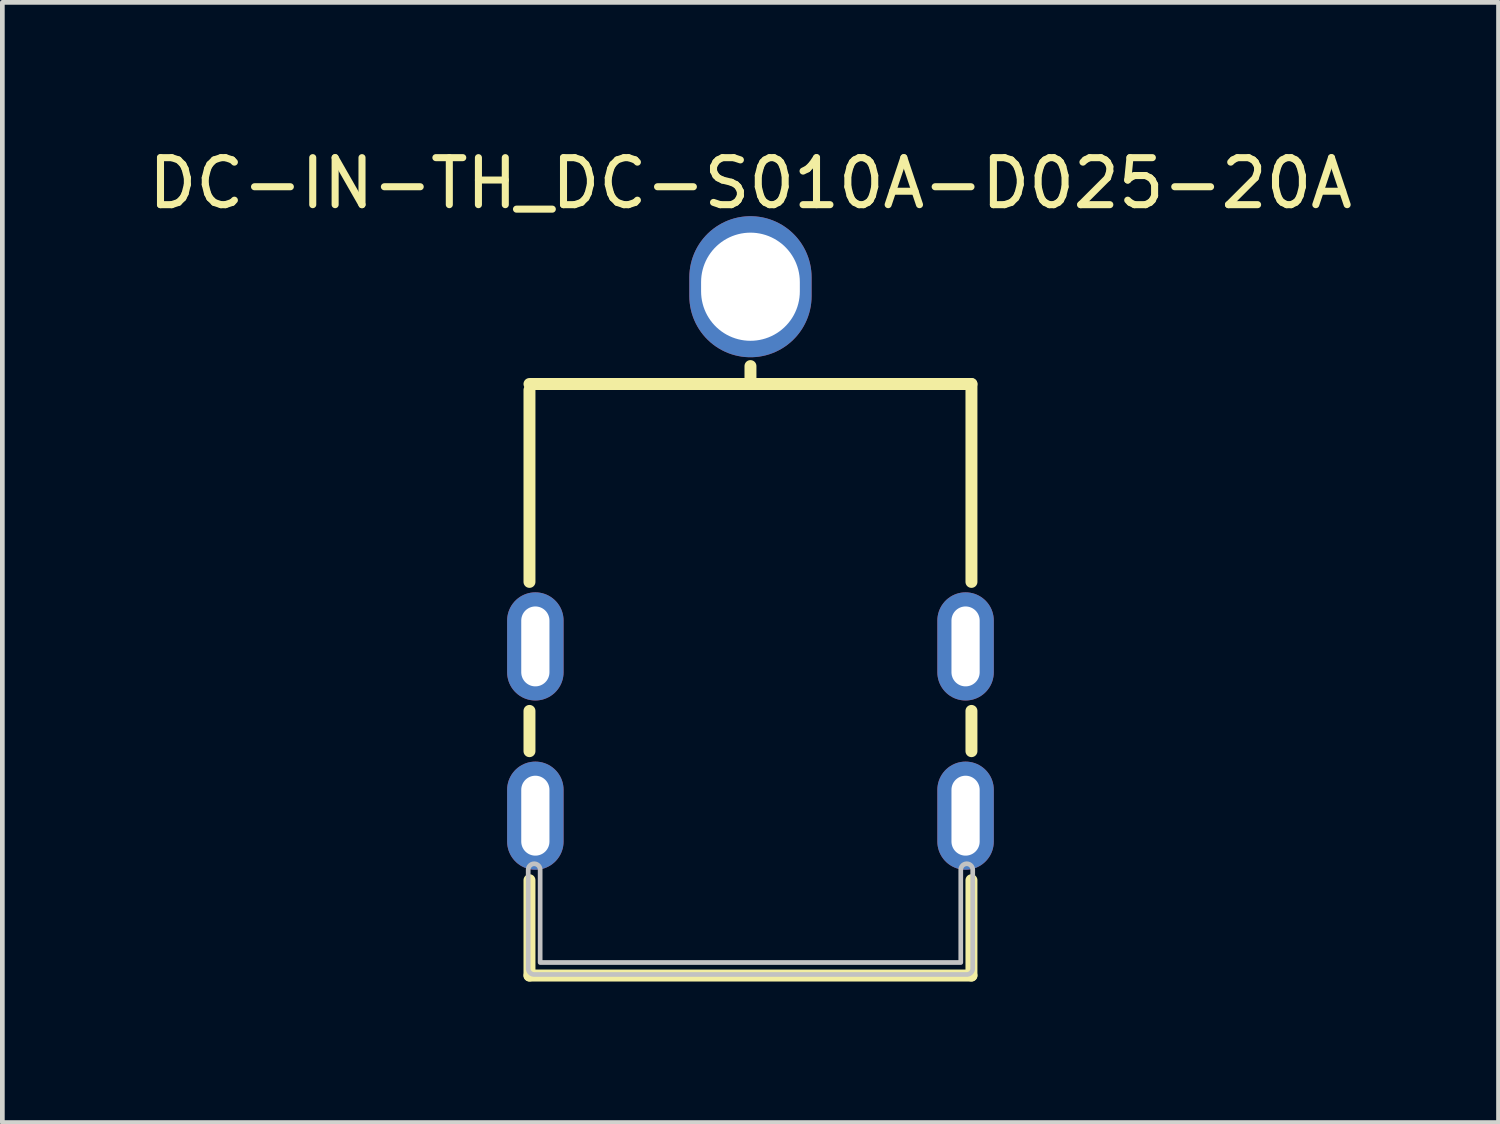
<source format=kicad_pcb>
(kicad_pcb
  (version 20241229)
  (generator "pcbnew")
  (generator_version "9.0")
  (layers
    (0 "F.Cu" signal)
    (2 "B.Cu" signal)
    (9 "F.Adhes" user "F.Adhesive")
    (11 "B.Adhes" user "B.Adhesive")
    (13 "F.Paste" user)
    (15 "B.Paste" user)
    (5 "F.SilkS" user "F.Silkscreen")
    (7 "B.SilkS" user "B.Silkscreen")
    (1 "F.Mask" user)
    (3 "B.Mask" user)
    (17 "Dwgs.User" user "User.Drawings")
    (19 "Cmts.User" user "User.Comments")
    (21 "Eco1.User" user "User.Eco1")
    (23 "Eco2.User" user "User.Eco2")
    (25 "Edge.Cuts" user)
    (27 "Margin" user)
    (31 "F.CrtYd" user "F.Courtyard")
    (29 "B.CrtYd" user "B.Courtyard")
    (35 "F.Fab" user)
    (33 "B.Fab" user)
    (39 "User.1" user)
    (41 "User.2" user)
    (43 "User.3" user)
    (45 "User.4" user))
  (footprint "DC-IN-TH_DC-S010A-D025-20A"
    (layer "F.Cu")
    (at 12.911 8.673)
    (property "Reference" "DC-IN-TH_DC-S010A-D025-20A" (at 0 -7.825 0) (layer "F.SilkS") (effects (font (size 1 1) (thickness 0.15))))
    (fp_line (start -4.7 0.653) (end -4.7 -3.429) (stroke (width 0.254) (type default)) (layer "F.SilkS"))
    (fp_line (start -4.7 4.253) (end -4.7 3.397) (stroke (width 0.254) (type default)) (layer "F.SilkS"))
    (fp_line (start -4.7 9.025) (end -4.7 6.997) (stroke (width 0.254) (type default)) (layer "F.SilkS"))
    (fp_line (start -4.7 9.025) (end 4.7 9.025) (stroke (width 0.254) (type default)) (layer "F.SilkS"))
    (fp_line (start 0 -3.556) (end 0 -3.937) (stroke (width 0.254) (type default)) (layer "F.SilkS"))
    (fp_line (start 4.7 -3.556) (end -4.7 -3.556) (stroke (width 0.254) (type default)) (layer "F.SilkS"))
    (fp_line (start 4.7 0.653) (end 4.7 -3.556) (stroke (width 0.254) (type default)) (layer "F.SilkS"))
    (fp_line (start 4.7 4.253) (end 4.7 3.397) (stroke (width 0.254) (type default)) (layer "F.SilkS"))
    (fp_line (start 4.7 9.025) (end 4.7 6.997) (stroke (width 0.254) (type default)) (layer "F.SilkS"))
    (fp_poly (pts (arc (start -4.727 6.775) (mid -4.6 6.648) (end -4.473 6.775)) (xy -4.473 8.748) (xy 4.473 8.748) (arc (start 4.473 6.775) (mid 4.6 6.648) (end 4.727 6.775)) (arc (start 4.727 8.875) (mid 4.689803 8.964803) (end 4.6 9.002)) (arc (start -4.6 9.002) (mid -4.689803 8.964803) (end -4.727 8.875))) (stroke (width 0.1) (type default)) (fill no) (layer "Dwgs.User"))
    (fp_poly (pts (xy -4.725 1.425) (xy -4.425 1.425) (xy -4.425 2.625) (xy -4.725 2.625)) (stroke (width 0.1) (type default)) (fill no) (layer "User.1"))
    (fp_poly (pts (xy -4.725 5.025) (xy -4.425 5.025) (xy -4.425 6.225) (xy -4.725 6.225)) (stroke (width 0.1) (type default)) (fill no) (layer "User.1"))
    (fp_poly (pts (xy -0.9 -6.525) (xy 0.9 -6.525) (xy 0.9 -3.465) (xy -0.9 -3.465)) (stroke (width 0.1) (type default)) (fill no) (layer "User.1"))
    (fp_poly (pts (xy 4.425 1.425) (xy 4.725 1.425) (xy 4.725 2.625) (xy 4.425 2.625)) (stroke (width 0.1) (type default)) (fill no) (layer "User.1"))
    (fp_poly (pts (xy 4.425 5.025) (xy 4.725 5.025) (xy 4.725 6.225) (xy 4.425 6.225)) (stroke (width 0.1) (type default)) (fill no) (layer "User.1"))
    (fp_poly (pts (xy 0.9 -5.625) (xy 0.88 -5.812) (xy 0.822 -5.991) (xy 0.728 -6.154) (xy 0.602 -6.294) (xy 0.45 -6.404) (xy 0.278 -6.481) (xy 0.094 -6.52) (xy -0.094 -6.52) (xy -0.278 -6.481) (xy -0.45 -6.404) (xy -0.602 -6.294) (xy -0.728 -6.154) (xy -0.822 -5.991) (xy -0.88 -5.812) (xy -0.9 -5.625) (xy -0.88 -5.438) (xy -0.822 -5.259) (xy -0.728 -5.096) (xy -0.602 -4.956) (xy -0.45 -4.846) (xy -0.278 -4.769) (xy -0.094 -4.73) (xy 0.094 -4.73) (xy 0.278 -4.769) (xy 0.45 -4.846) (xy 0.602 -4.956) (xy 0.728 -5.096) (xy 0.822 -5.259) (xy 0.88 -5.438)) (stroke (width 0.1) (type default)) (fill no) (layer "User.1"))
    (fp_line (start -4.7 -3.475) (end 4.7 -3.475) (stroke (width 0.051) (type default)) (layer "User.2"))
    (fp_line (start -4.7 9.025) (end -4.7 -3.475) (stroke (width 0.051) (type default)) (layer "User.2"))
    (fp_line (start 4.7 -3.475) (end 4.7 9.025) (stroke (width 0.051) (type default)) (layer "User.2"))
    (fp_line (start 4.7 9.025) (end -4.7 9.025) (stroke (width 0.051) (type default)) (layer "User.2"))
    (fp_poly (pts (xy -4.665 -6.525) (xy -4.683 -6.567) (xy -4.725 -6.585) (xy -4.767 -6.567) (xy -4.785 -6.525) (xy -4.767 -6.483) (xy -4.725 -6.465) (xy -4.683 -6.483)) (stroke (width 0.1) (type default)) (fill no) (layer "User.3"))
    (pad "1" thru_hole oval (at 0 -5.625) (size 2.6 3) (drill oval 2.1 2.3) (layers "*.Cu" "*.Mask"))
    (pad "2" thru_hole oval (at -4.575 2.025) (size 1.2 2.3) (drill oval 0.6 1.7) (layers "*.Cu" "*.Mask"))
    (pad "2" thru_hole oval (at -4.575 5.625) (size 1.2 2.3) (drill oval 0.6 1.7) (layers "*.Cu" "*.Mask"))
    (pad "2" thru_hole oval (at 4.575 2.025) (size 1.2 2.3) (drill oval 0.6 1.7) (layers "*.Cu" "*.Mask"))
    (pad "2" thru_hole oval (at 4.575 5.625) (size 1.2 2.3) (drill oval 0.6 1.7) (layers "*.Cu" "*.Mask")))
  (gr_rect
    (start -3 -3)
    (end 28.821 20.825)
    (stroke (width 0.1) (type default))
    (fill no)
    (layer "Edge.Cuts")))
</source>
